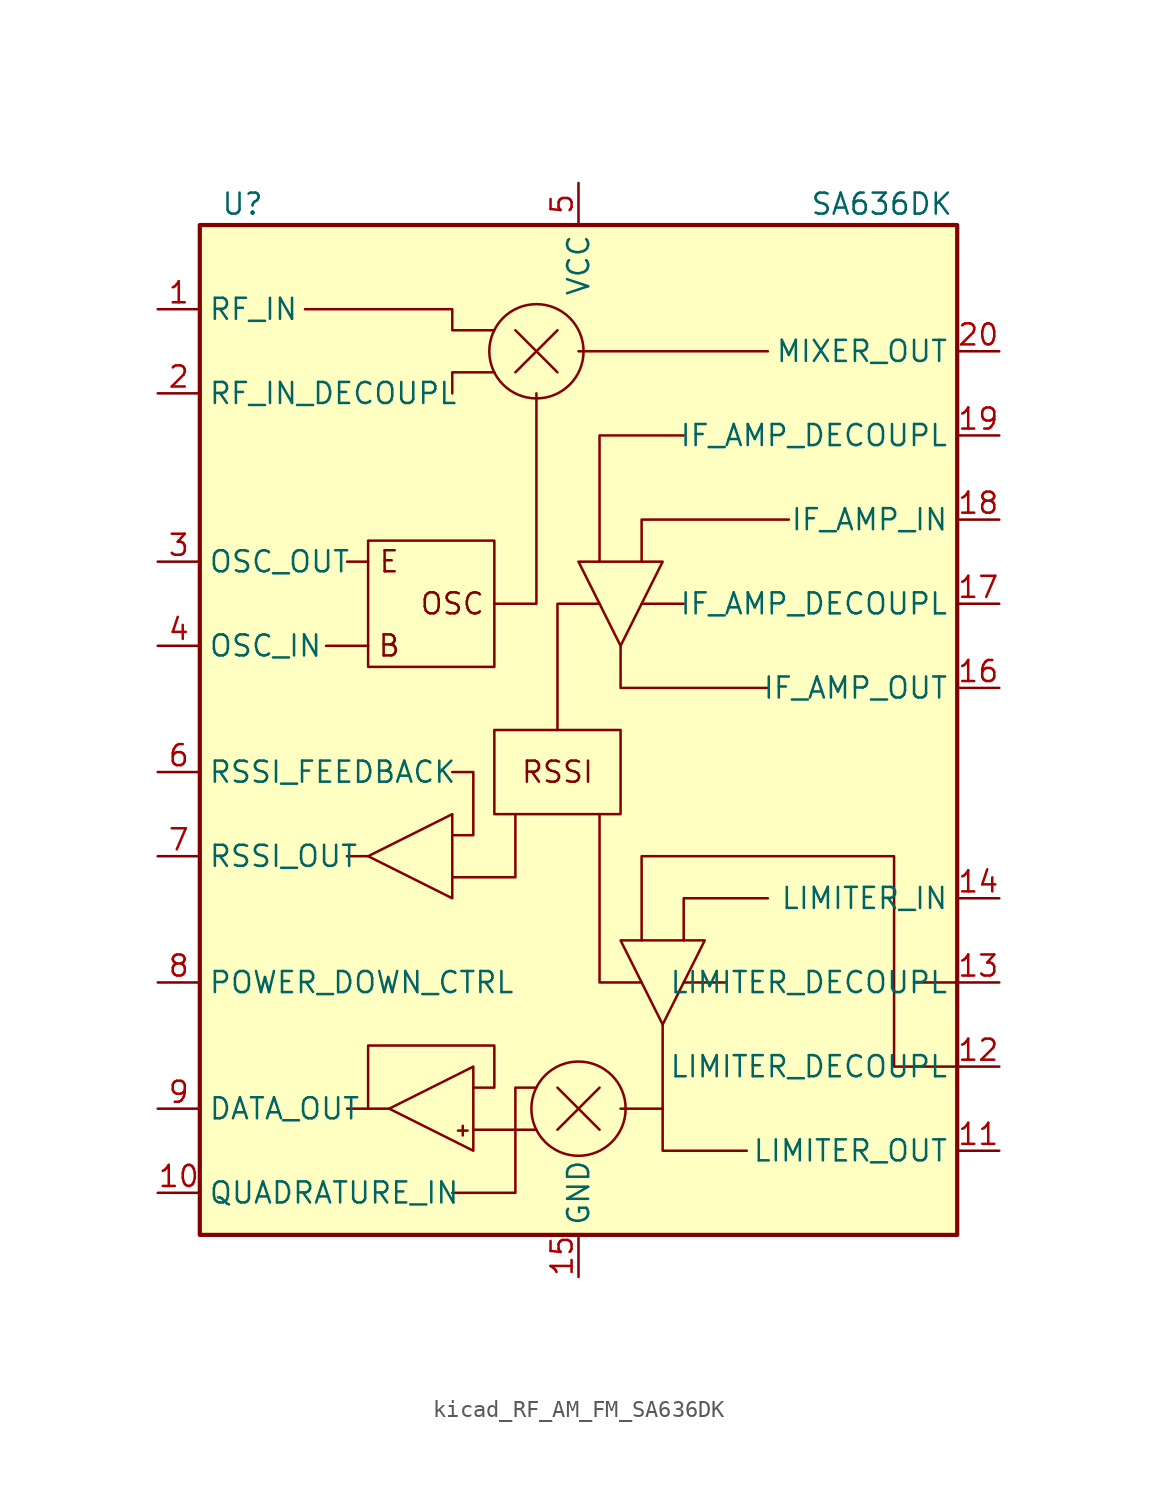
<source format=kicad_sym>
(kicad_symbol_lib
  (version 20220914)
  (generator kicad_symbol_editor)
  (symbol "kicad_RF_AM_FM_SA636DK"
    (property "Reference" "U"
      (at -21.59 31.75 0)
      (effects (font (size 1.27 1.27)) (justify left)))
    (property "Value" "SA636DK"
      (at 13.97 31.75 0)
      (effects (font (size 1.27 1.27)) (justify left)))
    (symbol "kicad_RF_AM_FM_SA636DK_0_0"
      (rectangle (start -12.7 11.43) (end -5.08 3.81) (stroke (width 0) (type default)) (fill (type none)))
      (rectangle (start -5.08 0) (end 2.54 -5.08) (stroke (width 0) (type default)) (fill (type none)))
      (polyline (pts (xy -15.24 5.08) (xy -12.7 5.08)) (stroke (width 0) (type default)) (fill (type none)))
      (polyline (pts (xy -13.97 -22.86) (xy -12.7 -22.86)) (stroke (width 0) (type default)) (fill (type none)))
      (polyline (pts (xy -13.97 -7.62) (xy -12.7 -7.62)) (stroke (width 0) (type default)) (fill (type none)))
      (polyline (pts (xy -13.97 10.16) (xy -12.7 10.16)) (stroke (width 0) (type default)) (fill (type none)))
      (polyline (pts (xy -11.43 -22.86) (xy -12.7 -22.86)) (stroke (width 0) (type default)) (fill (type none)))
      (polyline (pts (xy -6.35 -24.13) (xy -2.54 -24.13)) (stroke (width 0) (type default)) (fill (type none)))
      (polyline (pts (xy -7.62 -8.89) (xy -3.81 -8.89) (xy -3.81 -5.08)) (stroke (width 0) (type default)) (fill (type none)))
      (polyline (pts (xy -1.27 0) (xy -1.27 7.62) (xy 1.27 7.62)) (stroke (width 0) (type default)) (fill (type none)))
      (polyline (pts (xy 2.54 5.08) (xy 2.54 2.54) (xy 11.43 2.54)) (stroke (width 0) (type default)) (fill (type none)))
      (polyline (pts (xy 5.08 -17.78) (xy 5.08 -25.4) (xy 10.16 -25.4)) (stroke (width 0) (type default)) (fill (type none)))
      (polyline (pts (xy 0 10.16) (xy 5.08 10.16) (xy 2.54 5.08) (xy 0 10.16)) (stroke (width 0) (type default)) (fill (type none)))
      (polyline (pts (xy 2.54 -12.7) (xy 7.62 -12.7) (xy 5.08 -17.78) (xy 2.54 -12.7)) (stroke (width 0) (type default)) (fill (type none)))
      (polyline (pts (xy 22.86 -20.32) (xy 19.05 -20.32) (xy 19.05 -7.62) (xy 3.81 -7.62) (xy 3.81 -12.7)) (stroke (width 0) (type default)) (fill (type none)))
      (text "+" (at -6.985 -24.13 0) (effects (font (size 0.762 0.762))))
      (text "B" (at -11.43 5.08 0) (effects (font (size 1.27 1.27))))
      (text "E" (at -11.43 10.16 0) (effects (font (size 1.27 1.27))))
      (text "OSC" (at -7.62 7.62 0) (effects (font (size 1.27 1.27))))
      (text "RSSI" (at -1.27 -2.54 0) (effects (font (size 1.27 1.27)))))
    (symbol "kicad_RF_AM_FM_SA636DK_0_1"
      (rectangle (start -22.86 30.48) (end 22.86 -30.48) (stroke (width 0.254) (type default)) (fill (type background)))
      (circle (center -2.54 22.86) (radius 2.845) (stroke (width 0) (type default)) (fill (type none)))
      (circle (center 0 -22.86) (radius 2.845) (stroke (width 0) (type default)) (fill (type none)))
      (polyline (pts (xy -3.81 21.59) (xy -1.27 24.13)) (stroke (width 0) (type default)) (fill (type none)))
      (polyline (pts (xy -3.81 24.13) (xy -1.27 21.59)) (stroke (width 0) (type default)) (fill (type none)))
      (polyline (pts (xy -1.27 -24.13) (xy 1.27 -21.59)) (stroke (width 0) (type default)) (fill (type none)))
      (polyline (pts (xy -1.27 -21.59) (xy 1.27 -24.13)) (stroke (width 0) (type default)) (fill (type none)))
      (polyline (pts (xy 2.54 -22.86) (xy 5.08 -22.86)) (stroke (width 0) (type default)) (fill (type none)))
      (polyline (pts (xy 6.35 -15.24) (xy 8.89 -15.24)) (stroke (width 0) (type default)) (fill (type none)))
      (polyline (pts (xy 6.35 7.62) (xy 3.81 7.62)) (stroke (width 0) (type default)) (fill (type none)))
      (polyline (pts (xy 11.43 22.86) (xy 0 22.86)) (stroke (width 0) (type default)) (fill (type none)))
      (polyline (pts (xy 22.86 -15.24) (xy 20.32 -15.24)) (stroke (width 0) (type default)) (fill (type none)))
      (polyline (pts (xy -7.62 20.32) (xy -7.62 21.59) (xy -5.08 21.59)) (stroke (width 0) (type default)) (fill (type none)))
      (polyline (pts (xy -2.54 20.32) (xy -2.54 7.62) (xy -5.08 7.62)) (stroke (width 0) (type default)) (fill (type none)))
      (polyline (pts (xy 1.27 -5.08) (xy 1.27 -15.24) (xy 3.81 -15.24)) (stroke (width 0) (type default)) (fill (type none)))
      (polyline (pts (xy 6.35 17.78) (xy 1.27 17.78) (xy 1.27 10.16)) (stroke (width 0) (type default)) (fill (type none)))
      (polyline (pts (xy 11.43 -10.16) (xy 6.35 -10.16) (xy 6.35 -12.7)) (stroke (width 0) (type default)) (fill (type none)))
      (polyline (pts (xy 12.7 12.7) (xy 3.81 12.7) (xy 3.81 10.16)) (stroke (width 0) (type default)) (fill (type none)))
      (polyline (pts (xy -16.51 25.4) (xy -7.62 25.4) (xy -7.62 24.13) (xy -5.08 24.13)) (stroke (width 0) (type default)) (fill (type none)))
      (polyline (pts (xy -7.62 -27.94) (xy -3.81 -27.94) (xy -3.81 -21.59) (xy -2.54 -21.59)) (stroke (width 0) (type default)) (fill (type none)))
      (polyline (pts (xy -7.62 -2.54) (xy -6.35 -2.54) (xy -6.35 -6.35) (xy -7.62 -6.35)) (stroke (width 0) (type default)) (fill (type none)))
      (polyline (pts (xy -6.35 -21.59) (xy -5.08 -21.59) (xy -5.08 -19.05) (xy -11.43 -19.05) (xy -12.7 -19.05) (xy -12.7 -22.86)) (stroke (width 0) (type default)) (fill (type none))))
    (symbol "kicad_RF_AM_FM_SA636DK_1_0"
      (polyline (pts (xy -7.62 -5.08) (xy -7.62 -10.16) (xy -12.7 -7.62) (xy -7.62 -5.08)) (stroke (width 0) (type default)) (fill (type none)))
      (polyline (pts (xy -6.35 -20.32) (xy -6.35 -25.4) (xy -11.43 -22.86) (xy -6.35 -20.32)) (stroke (width 0) (type default)) (fill (type none))))
    (symbol "kicad_RF_AM_FM_SA636DK_1_1"
      (pin input line (at -25.4 25.4 0) (length 2.54) (name "RF_IN" (effects (font (size 1.27 1.27)))) (number "1" (effects (font (size 1.27 1.27)))))
      (pin input line (at -25.4 -27.94 0) (length 2.54) (name "QUADRATURE_IN" (effects (font (size 1.27 1.27)))) (number "10" (effects (font (size 1.27 1.27)))))
      (pin output line (at 25.4 -25.4 180) (length 2.54) (name "LIMITER_OUT" (effects (font (size 1.27 1.27)))) (number "11" (effects (font (size 1.27 1.27)))))
      (pin passive line (at 25.4 -20.32 180) (length 2.54) (name "LIMITER_DECOUPL" (effects (font (size 1.27 1.27)))) (number "12" (effects (font (size 1.27 1.27)))))
      (pin passive line (at 25.4 -15.24 180) (length 2.54) (name "LIMITER_DECOUPL" (effects (font (size 1.27 1.27)))) (number "13" (effects (font (size 1.27 1.27)))))
      (pin input line (at 25.4 -10.16 180) (length 2.54) (name "LIMITER_IN" (effects (font (size 1.27 1.27)))) (number "14" (effects (font (size 1.27 1.27)))))
      (pin power_in line (at 0 -33.02 90) (length 2.54) (name "GND" (effects (font (size 1.27 1.27)))) (number "15" (effects (font (size 1.27 1.27)))))
      (pin output line (at 25.4 2.54 180) (length 2.54) (name "IF_AMP_OUT" (effects (font (size 1.27 1.27)))) (number "16" (effects (font (size 1.27 1.27)))))
      (pin passive line (at 25.4 7.62 180) (length 2.54) (name "IF_AMP_DECOUPL" (effects (font (size 1.27 1.27)))) (number "17" (effects (font (size 1.27 1.27)))))
      (pin input line (at 25.4 12.7 180) (length 2.54) (name "IF_AMP_IN" (effects (font (size 1.27 1.27)))) (number "18" (effects (font (size 1.27 1.27)))))
      (pin passive line (at 25.4 17.78 180) (length 2.54) (name "IF_AMP_DECOUPL" (effects (font (size 1.27 1.27)))) (number "19" (effects (font (size 1.27 1.27)))))
      (pin passive line (at -25.4 20.32 0) (length 2.54) (name "RF_IN_DECOUPL" (effects (font (size 1.27 1.27)))) (number "2" (effects (font (size 1.27 1.27)))))
      (pin output line (at 25.4 22.86 180) (length 2.54) (name "MIXER_OUT" (effects (font (size 1.27 1.27)))) (number "20" (effects (font (size 1.27 1.27)))))
      (pin output line (at -25.4 10.16 0) (length 2.54) (name "OSC_OUT" (effects (font (size 1.27 1.27)))) (number "3" (effects (font (size 1.27 1.27)))))
      (pin input line (at -25.4 5.08 0) (length 2.54) (name "OSC_IN" (effects (font (size 1.27 1.27)))) (number "4" (effects (font (size 1.27 1.27)))))
      (pin power_in line (at 0 33.02 270) (length 2.54) (name "VCC" (effects (font (size 1.27 1.27)))) (number "5" (effects (font (size 1.27 1.27)))))
      (pin input line (at -25.4 -2.54 0) (length 2.54) (name "RSSI_FEEDBACK" (effects (font (size 1.27 1.27)))) (number "6" (effects (font (size 1.27 1.27)))))
      (pin output line (at -25.4 -7.62 0) (length 2.54) (name "RSSI_OUT" (effects (font (size 1.27 1.27)))) (number "7" (effects (font (size 1.27 1.27)))))
      (pin input line (at -25.4 -15.24 0) (length 2.54) (name "POWER_DOWN_CTRL" (effects (font (size 1.27 1.27)))) (number "8" (effects (font (size 1.27 1.27)))))
      (pin output line (at -25.4 -22.86 0) (length 2.54) (name "DATA_OUT" (effects (font (size 1.27 1.27)))) (number "9" (effects (font (size 1.27 1.27))))))))
</source>
